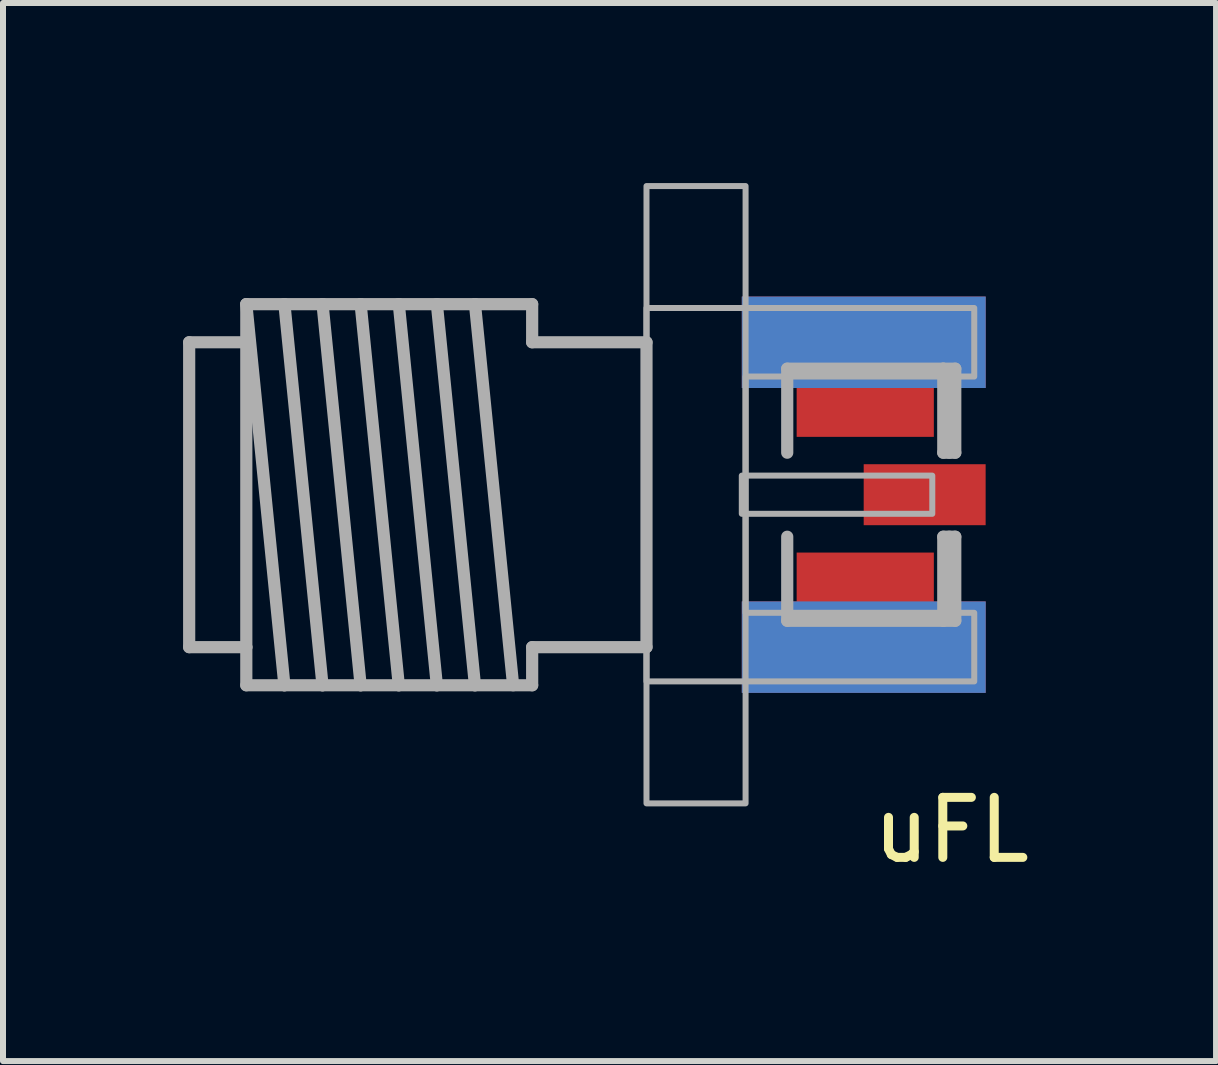
<source format=kicad_pcb>
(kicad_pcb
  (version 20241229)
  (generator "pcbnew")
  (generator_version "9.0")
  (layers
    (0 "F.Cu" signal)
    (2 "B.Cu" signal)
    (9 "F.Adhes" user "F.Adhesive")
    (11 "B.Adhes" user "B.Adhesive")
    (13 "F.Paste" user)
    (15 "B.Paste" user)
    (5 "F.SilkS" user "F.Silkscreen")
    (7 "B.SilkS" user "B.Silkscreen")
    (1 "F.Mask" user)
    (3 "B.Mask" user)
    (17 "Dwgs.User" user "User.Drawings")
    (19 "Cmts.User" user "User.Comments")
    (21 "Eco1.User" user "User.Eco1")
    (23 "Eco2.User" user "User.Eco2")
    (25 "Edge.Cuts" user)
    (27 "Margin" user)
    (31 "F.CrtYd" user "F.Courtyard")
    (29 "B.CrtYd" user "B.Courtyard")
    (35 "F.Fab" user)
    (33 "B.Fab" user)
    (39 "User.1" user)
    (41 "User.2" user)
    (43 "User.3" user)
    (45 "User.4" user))
  (footprint "uFL"
    (layer "F.Cu")
    (at 11.024 5.447)
    (property "Reference" "uFL" (at 1.778 5.334 0) (unlocked yes) (layer "F.SilkS") (effects (font (size 1 1) (thickness 0.15))))
    (attr smd)
    (fp_poly (pts (xy 1.486 -1.218) (xy -0.8 -1.218) (xy -0.8 -3.531) (xy 1.486 -3.531)) (stroke (width 0) (type solid)) (fill yes) (layer "F.Cu"))
    (fp_poly (pts (xy 1.486 3.023) (xy -0.8 3.023) (xy -0.8 0.71) (xy 1.486 0.71)) (stroke (width 0) (type solid)) (fill yes) (layer "F.Cu"))
    (fp_poly (pts (xy -0.826 -1.192) (xy 1.511 -1.192) (xy 1.511 -2.107) (xy -0.826 -2.107)) (stroke (width 0) (type solid)) (fill yes) (layer "F.Mask"))
    (fp_poly (pts (xy 1.511 0.684) (xy -0.826 0.684) (xy -0.826 1.599) (xy 1.511 1.599)) (stroke (width 0) (type solid)) (fill yes) (layer "F.Mask"))
    (fp_poly (pts (xy -0.724 -1.243) (xy 1.41 -1.243) (xy 1.41 -2.056) (xy -0.724 -2.056)) (stroke (width 0) (type solid)) (fill yes) (layer "F.Paste"))
    (fp_poly (pts (xy 1.41 0.735) (xy -0.724 0.735) (xy -0.724 1.548) (xy 1.41 1.548)) (stroke (width 0) (type solid)) (fill yes) (layer "F.Paste"))
    (fp_poly (pts (xy 1.486 0.229) (xy 2.248 0.229) (xy 2.248 -0.737) (xy 1.486 -0.737)) (stroke (width 0) (type solid)) (fill yes) (layer "F.Paste"))
    (fp_line (start -10.922 -2.794) (end -9.97 -2.794) (stroke (width 0.203) (type solid)) (layer "F.Fab"))
    (fp_line (start -10.922 2.286) (end -10.922 -2.794) (stroke (width 0.203) (type solid)) (layer "F.Fab"))
    (fp_line (start -9.97 -3.429) (end -9.335 -3.429) (stroke (width 0.203) (type solid)) (layer "F.Fab"))
    (fp_line (start -9.97 -3.429) (end -9.335 2.921) (stroke (width 0.203) (type solid)) (layer "F.Fab"))
    (fp_line (start -9.97 -2.794) (end -9.97 -3.429) (stroke (width 0.203) (type solid)) (layer "F.Fab"))
    (fp_line (start -9.97 -2.794) (end -9.97 2.286) (stroke (width 0.203) (type solid)) (layer "F.Fab"))
    (fp_line (start -9.97 2.286) (end -10.922 2.286) (stroke (width 0.203) (type solid)) (layer "F.Fab"))
    (fp_line (start -9.97 2.921) (end -9.97 2.286) (stroke (width 0.203) (type solid)) (layer "F.Fab"))
    (fp_line (start -9.335 -3.429) (end -8.7 -3.429) (stroke (width 0.203) (type solid)) (layer "F.Fab"))
    (fp_line (start -9.335 -3.429) (end -8.7 2.921) (stroke (width 0.203) (type solid)) (layer "F.Fab"))
    (fp_line (start -9.335 2.921) (end -9.97 2.921) (stroke (width 0.203) (type solid)) (layer "F.Fab"))
    (fp_line (start -8.7 -3.429) (end -8.065 -3.429) (stroke (width 0.203) (type solid)) (layer "F.Fab"))
    (fp_line (start -8.7 -3.429) (end -8.065 2.921) (stroke (width 0.203) (type solid)) (layer "F.Fab"))
    (fp_line (start -8.7 2.921) (end -9.335 2.921) (stroke (width 0.203) (type solid)) (layer "F.Fab"))
    (fp_line (start -8.065 -3.429) (end -7.429 -3.429) (stroke (width 0.203) (type solid)) (layer "F.Fab"))
    (fp_line (start -8.065 -3.429) (end -7.429 2.921) (stroke (width 0.203) (type solid)) (layer "F.Fab"))
    (fp_line (start -8.065 2.921) (end -8.7 2.921) (stroke (width 0.203) (type solid)) (layer "F.Fab"))
    (fp_line (start -7.429 -3.429) (end -6.795 -3.429) (stroke (width 0.203) (type solid)) (layer "F.Fab"))
    (fp_line (start -7.429 -3.429) (end -6.795 2.921) (stroke (width 0.203) (type solid)) (layer "F.Fab"))
    (fp_line (start -7.429 2.921) (end -8.065 2.921) (stroke (width 0.203) (type solid)) (layer "F.Fab"))
    (fp_line (start -6.795 -3.429) (end -6.16 -3.429) (stroke (width 0.203) (type solid)) (layer "F.Fab"))
    (fp_line (start -6.795 -3.429) (end -6.16 2.921) (stroke (width 0.203) (type solid)) (layer "F.Fab"))
    (fp_line (start -6.795 2.921) (end -7.429 2.921) (stroke (width 0.203) (type solid)) (layer "F.Fab"))
    (fp_line (start -6.16 -3.429) (end -5.524 2.921) (stroke (width 0.203) (type solid)) (layer "F.Fab"))
    (fp_line (start -6.16 -3.429) (end -5.207 -3.429) (stroke (width 0.203) (type solid)) (layer "F.Fab"))
    (fp_line (start -6.16 2.921) (end -6.795 2.921) (stroke (width 0.203) (type solid)) (layer "F.Fab"))
    (fp_line (start -5.207 -3.429) (end -5.207 -2.794) (stroke (width 0.203) (type solid)) (layer "F.Fab"))
    (fp_line (start -5.207 -2.794) (end -3.302 -2.794) (stroke (width 0.203) (type solid)) (layer "F.Fab"))
    (fp_line (start -5.207 2.286) (end -5.207 2.921) (stroke (width 0.203) (type solid)) (layer "F.Fab"))
    (fp_line (start -5.207 2.921) (end -6.16 2.921) (stroke (width 0.203) (type solid)) (layer "F.Fab"))
    (fp_line (start -3.302 -2.794) (end -3.302 2.286) (stroke (width 0.203) (type solid)) (layer "F.Fab"))
    (fp_line (start -3.302 2.286) (end -5.207 2.286) (stroke (width 0.203) (type solid)) (layer "F.Fab"))
    (fp_line (start -0.957 -0.954) (end -0.957 -2.354) (stroke (width 0.203) (type solid)) (layer "F.Fab"))
    (fp_line (start -0.957 1.846) (end -0.957 0.446) (stroke (width 0.203) (type solid)) (layer "F.Fab"))
    (fp_line (start -0.957 1.846) (end 1.643 1.846) (stroke (width 0.203) (type solid)) (layer "F.Fab"))
    (fp_line (start 1.643 -2.354) (end -0.957 -2.354) (stroke (width 0.203) (type solid)) (layer "F.Fab"))
    (fp_line (start 1.643 -0.954) (end 1.643 -2.354) (stroke (width 0.203) (type solid)) (layer "F.Fab"))
    (fp_line (start 1.643 1.846) (end 1.643 0.446) (stroke (width 0.203) (type solid)) (layer "F.Fab"))
    (fp_line (start 1.743 -0.954) (end 1.743 -2.254) (stroke (width 0.203) (type solid)) (layer "F.Fab"))
    (fp_line (start 1.743 1.746) (end 1.743 0.446) (stroke (width 0.203) (type solid)) (layer "F.Fab"))
    (fp_line (start 1.843 -2.354) (end 1.643 -2.354) (stroke (width 0.203) (type solid)) (layer "F.Fab"))
    (fp_line (start 1.843 -0.954) (end 1.643 -0.954) (stroke (width 0.203) (type solid)) (layer "F.Fab"))
    (fp_line (start 1.843 -0.954) (end 1.843 -2.354) (stroke (width 0.203) (type solid)) (layer "F.Fab"))
    (fp_line (start 1.843 0.446) (end 1.643 0.446) (stroke (width 0.203) (type solid)) (layer "F.Fab"))
    (fp_line (start 1.843 1.846) (end 1.643 1.846) (stroke (width 0.203) (type solid)) (layer "F.Fab"))
    (fp_line (start 1.843 1.846) (end 1.843 0.446) (stroke (width 0.203) (type solid)) (layer "F.Fab"))
    (fp_poly (pts (xy -1.714 0.064) (xy 1.46 0.064) (xy 1.46 -0.572) (xy -1.714 -0.572)) (stroke (width 0.1) (type solid)) (fill no) (layer "F.Fab"))
    (fp_poly (pts (xy -1.651 4.889) (xy -3.302 4.889) (xy -3.302 -5.397) (xy -1.651 -5.397)) (stroke (width 0.1) (type solid)) (fill no) (layer "F.Fab"))
    (fp_poly (pts (xy 2.159 -2.223) (xy -1.651 -2.223) (xy -1.651 1.714) (xy 2.159 1.714) (xy 2.159 2.857) (xy -3.302 2.857) (xy -3.302 -3.365) (xy 2.159 -3.365)) (stroke (width 0.1) (type solid)) (fill no) (layer "F.Fab"))
    (pad "ANTENNA" smd rect (at 1.333 -0.254 90) (size 1.016 2.032) (layers "F.Cu" "F.Mask"))
    (pad "GND1" smd rect (at 0.318 2.286 90) (size 1.524 4.064) (layers "F.Cu" "F.Mask"))
    (pad "GND2" smd rect (at 0.318 -2.794 90) (size 1.524 4.064) (layers "F.Cu" "F.Mask"))
    (pad "GND3" smd rect (at 0.318 -2.794 90) (size 1.524 4.064) (layers "B.Cu" "B.Mask"))
    (pad "GND4" smd rect (at 0.318 2.286 90) (size 1.524 4.064) (layers "B.Cu" "B.Mask"))
    (zone (net_name "") (layer "F.Cu") (hatch edge 0.508) (connect_pads) (min_thickness 0.254) (filled_areas_thickness no) (keepout (tracks not_allowed) (vias not_allowed) (pads not_allowed) (copperpour not_allowed) (footprints allowed)) (placement (enabled no)) (fill) (polygon (pts (xy 10.223 4.559) (xy 12.509 4.559) (xy 12.509 4.33) (xy 10.223 4.33))))
    (zone (net_name "") (layer "F.Cu") (hatch edge 0.508) (connect_pads) (min_thickness 0.254) (filled_areas_thickness no) (keepout (tracks not_allowed) (vias not_allowed) (pads not_allowed) (copperpour not_allowed) (footprints allowed)) (placement (enabled no)) (fill) (polygon (pts (xy 10.223 6.057) (xy 12.509 6.057) (xy 12.509 5.829) (xy 10.223 5.829)))))
  (gr_rect
    (start -3 -3)
    (end 17.212 14.63)
    (stroke (width 0.1) (type default))
    (fill no)
    (layer "Edge.Cuts")))
</source>
